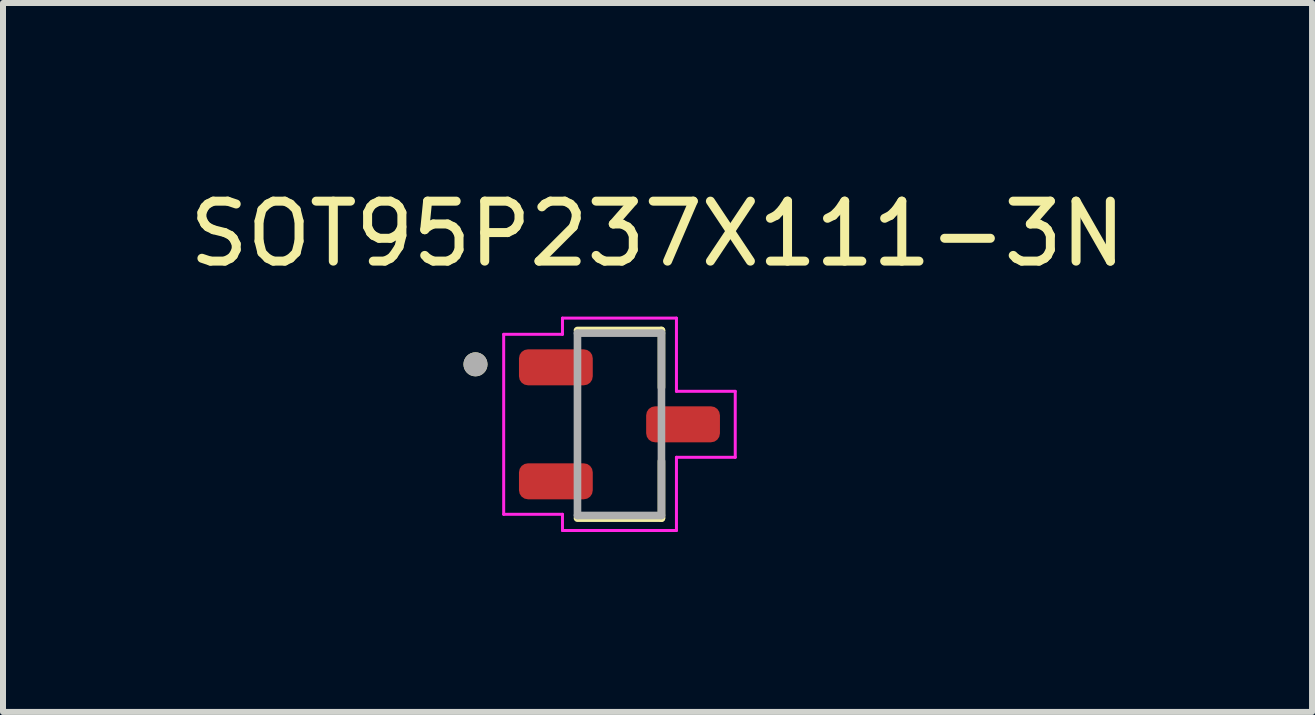
<source format=kicad_pcb>
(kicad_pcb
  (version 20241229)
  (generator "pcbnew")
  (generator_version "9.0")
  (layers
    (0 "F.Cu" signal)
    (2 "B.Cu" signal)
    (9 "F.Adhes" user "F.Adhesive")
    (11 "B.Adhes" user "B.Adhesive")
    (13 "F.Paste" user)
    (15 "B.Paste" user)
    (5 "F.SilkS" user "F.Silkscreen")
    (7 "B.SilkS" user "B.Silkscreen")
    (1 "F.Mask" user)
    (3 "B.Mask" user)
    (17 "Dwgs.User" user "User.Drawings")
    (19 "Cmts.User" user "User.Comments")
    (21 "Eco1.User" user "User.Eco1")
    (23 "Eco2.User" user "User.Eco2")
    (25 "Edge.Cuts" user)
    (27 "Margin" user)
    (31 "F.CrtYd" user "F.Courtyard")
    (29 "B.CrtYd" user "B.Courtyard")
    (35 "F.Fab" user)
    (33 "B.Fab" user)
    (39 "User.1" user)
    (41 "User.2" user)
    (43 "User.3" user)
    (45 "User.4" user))
  (footprint "SOT95P237X111-3N"
    (layer "F.Cu")
    (at 7.276 4.023)
    (property "Reference" "SOT95P237X111-3N" (at 0.635 -3.175 0) (layer "F.SilkS") (effects (font (size 1 1) (thickness 0.15))))
    (attr smd)
    (fp_line (start 0.7 -1.564) (end -0.7 -1.564) (stroke (width 0.127) (type solid)) (layer "F.SilkS"))
    (fp_line (start 0.7 -0.614) (end 0.7 -1.564) (stroke (width 0.127) (type solid)) (layer "F.SilkS"))
    (fp_line (start 0.7 0.614) (end 0.7 1.564) (stroke (width 0.127) (type solid)) (layer "F.SilkS"))
    (fp_line (start 0.7 1.564) (end -0.7 1.564) (stroke (width 0.127) (type solid)) (layer "F.SilkS"))
    (fp_circle (center -2.4 -1) (end -2.3 -1) (stroke (width 0.2) (type solid)) (fill no) (layer "F.SilkS"))
    (fp_line (start -1.93 -1.5) (end -0.95 -1.5) (stroke (width 0.05) (type solid)) (layer "F.CrtYd"))
    (fp_line (start -1.93 1.5) (end -1.93 -1.5) (stroke (width 0.05) (type solid)) (layer "F.CrtYd"))
    (fp_line (start -0.95 -1.77) (end 0.95 -1.77) (stroke (width 0.05) (type solid)) (layer "F.CrtYd"))
    (fp_line (start -0.95 -1.5) (end -0.95 -1.77) (stroke (width 0.05) (type solid)) (layer "F.CrtYd"))
    (fp_line (start -0.95 1.5) (end -1.93 1.5) (stroke (width 0.05) (type solid)) (layer "F.CrtYd"))
    (fp_line (start -0.95 1.77) (end -0.95 1.5) (stroke (width 0.05) (type solid)) (layer "F.CrtYd"))
    (fp_line (start 0.95 -1.77) (end 0.95 -0.55) (stroke (width 0.05) (type solid)) (layer "F.CrtYd"))
    (fp_line (start 0.95 -0.55) (end 1.93 -0.55) (stroke (width 0.05) (type solid)) (layer "F.CrtYd"))
    (fp_line (start 0.95 0.55) (end 0.95 1.77) (stroke (width 0.05) (type solid)) (layer "F.CrtYd"))
    (fp_line (start 0.95 1.77) (end -0.95 1.77) (stroke (width 0.05) (type solid)) (layer "F.CrtYd"))
    (fp_line (start 1.93 -0.55) (end 1.93 0.55) (stroke (width 0.05) (type solid)) (layer "F.CrtYd"))
    (fp_line (start 1.93 0.55) (end 0.95 0.55) (stroke (width 0.05) (type solid)) (layer "F.CrtYd"))
    (fp_line (start -0.7 -1.52) (end 0.7 -1.52) (stroke (width 0.127) (type solid)) (layer "F.Fab"))
    (fp_line (start -0.7 1.52) (end -0.7 -1.52) (stroke (width 0.127) (type solid)) (layer "F.Fab"))
    (fp_line (start 0.7 -1.52) (end 0.7 1.52) (stroke (width 0.127) (type solid)) (layer "F.Fab"))
    (fp_line (start 0.7 1.52) (end -0.7 1.52) (stroke (width 0.127) (type solid)) (layer "F.Fab"))
    (fp_circle (center -2.4 -1) (end -2.3 -1) (stroke (width 0.2) (type solid)) (fill no) (layer "F.Fab"))
    (pad "1" smd roundrect (at -1.06 -0.95) (size 1.23 0.6) (layers "F.Cu" "F.Mask" "F.Paste") (roundrect_rratio 0.25))
    (pad "2" smd roundrect (at -1.06 0.95) (size 1.23 0.6) (layers "F.Cu" "F.Mask" "F.Paste") (roundrect_rratio 0.25))
    (pad "3" smd roundrect (at 1.06 0) (size 1.23 0.6) (layers "F.Cu" "F.Mask" "F.Paste") (roundrect_rratio 0.25)))
  (gr_rect
    (start -3 -3)
    (end 18.821 8.818)
    (stroke (width 0.1) (type default))
    (fill no)
    (layer "Edge.Cuts")))
</source>
